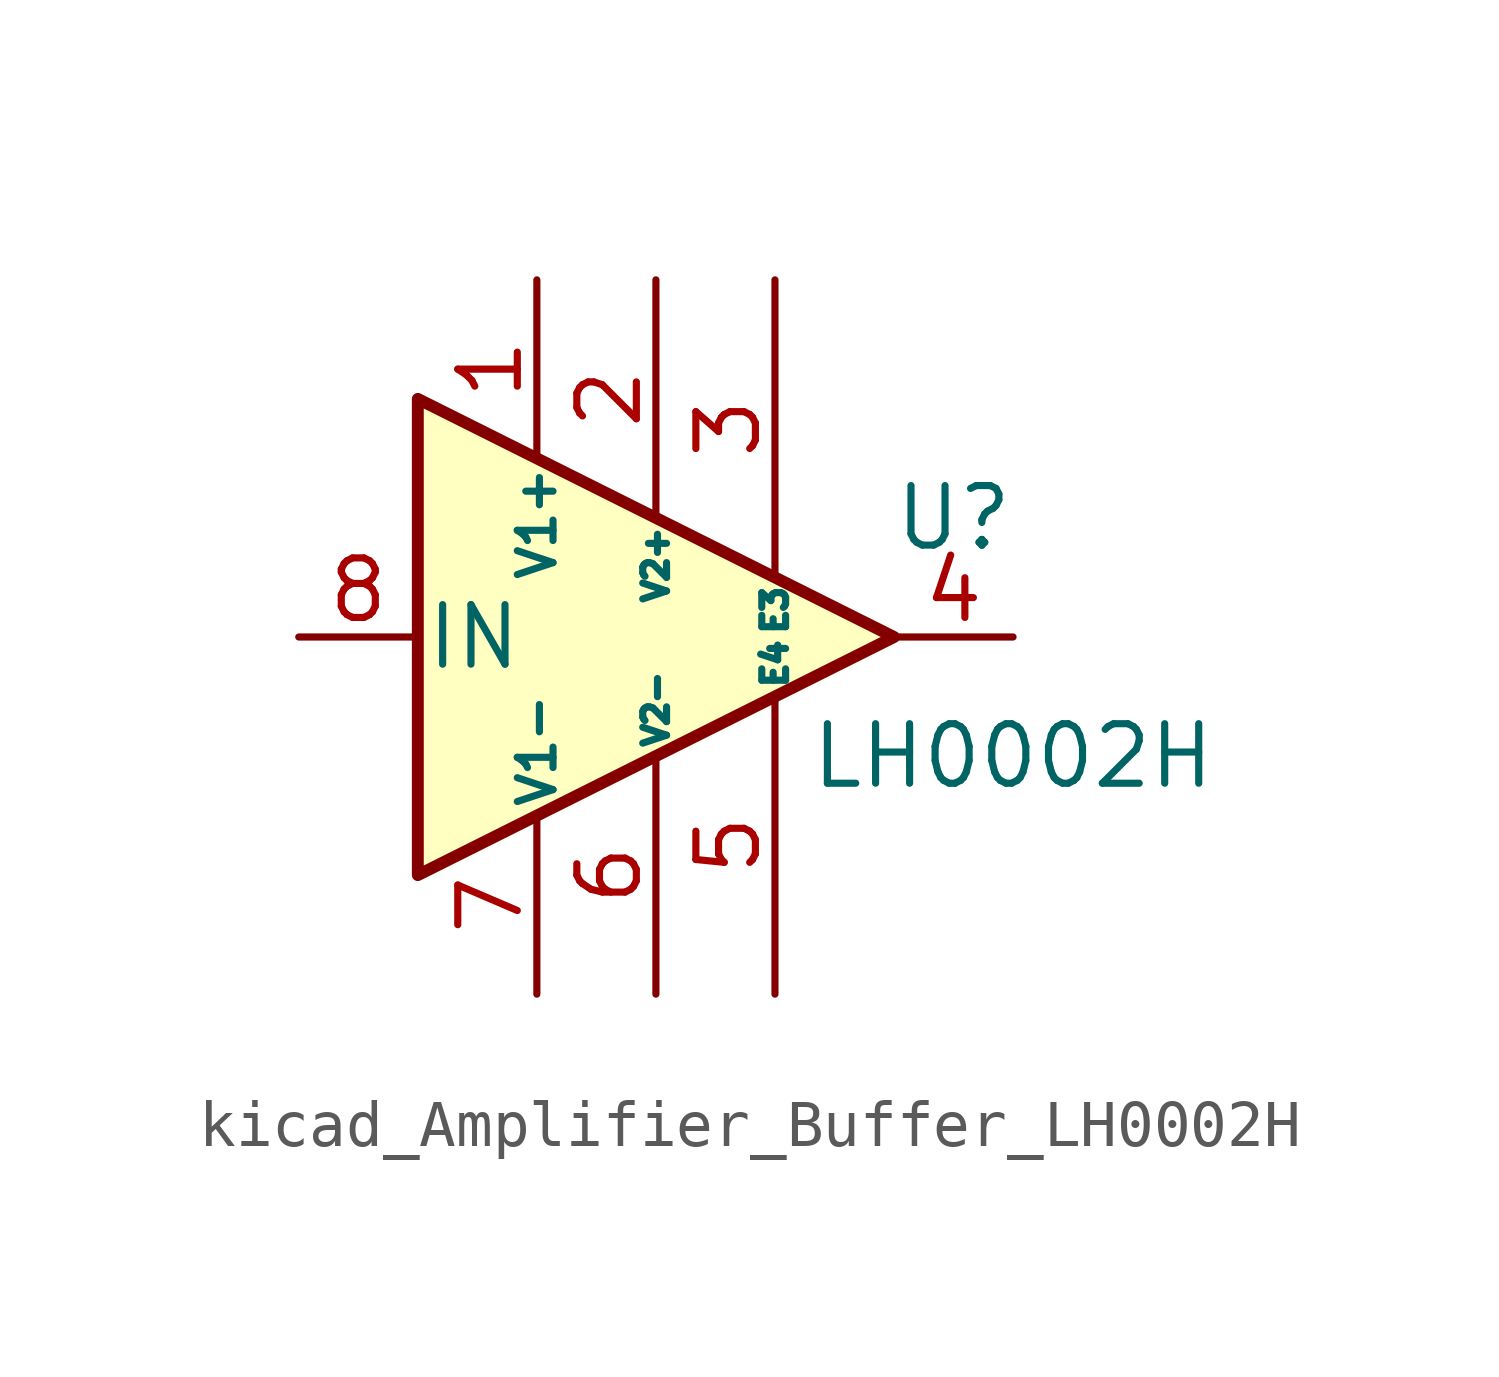
<source format=kicad_sym>
(kicad_symbol_lib
  (version 20220914)
  (generator kicad_symbol_editor)
  (symbol "kicad_Amplifier_Buffer_LH0002H"
    (pin_names
      (offset 0.127))
    (property "Reference" "U"
      (at 6.35 2.54 0)
      (effects (font (size 1.27 1.27))))
    (property "Value" "LH0002H"
      (at 7.62 -2.54 0)
      (effects (font (size 1.27 1.27))))
    (symbol "kicad_Amplifier_Buffer_LH0002H_0_1"
      (polyline (pts (xy 5.08 0) (xy -5.08 5.08) (xy -5.08 -5.08) (xy 5.08 0)) (stroke (width 0.254) (type default)) (fill (type background))))
    (symbol "kicad_Amplifier_Buffer_LH0002H_1_1"
      (pin power_in line (at -2.54 7.62 270) (length 3.81) (name "V1+" (effects (font (size 0.762 0.762)))) (number "1" (effects (font (size 1.27 1.27)))))
      (pin power_in line (at 0 7.62 270) (length 5.08) (name "V2+" (effects (font (size 0.508 0.508)))) (number "2" (effects (font (size 1.27 1.27)))))
      (pin passive line (at 2.54 7.62 270) (length 6.35) (name "E3" (effects (font (size 0.508 0.508)))) (number "3" (effects (font (size 1.27 1.27)))))
      (pin output line (at 7.62 0 180) (length 2.54) (name "~" (effects (font (size 1.27 1.27)))) (number "4" (effects (font (size 1.27 1.27)))))
      (pin passive line (at 2.54 -7.62 90) (length 6.35) (name "E4" (effects (font (size 0.508 0.508)))) (number "5" (effects (font (size 1.27 1.27)))))
      (pin power_in line (at 0 -7.62 90) (length 5.08) (name "V2-" (effects (font (size 0.508 0.508)))) (number "6" (effects (font (size 1.27 1.27)))))
      (pin power_in line (at -2.54 -7.62 90) (length 3.81) (name "V1-" (effects (font (size 0.762 0.762)))) (number "7" (effects (font (size 1.27 1.27)))))
      (pin input line (at -7.62 0 0) (length 2.54) (name "IN" (effects (font (size 1.27 1.27)))) (number "8" (effects (font (size 1.27 1.27))))))))
</source>
